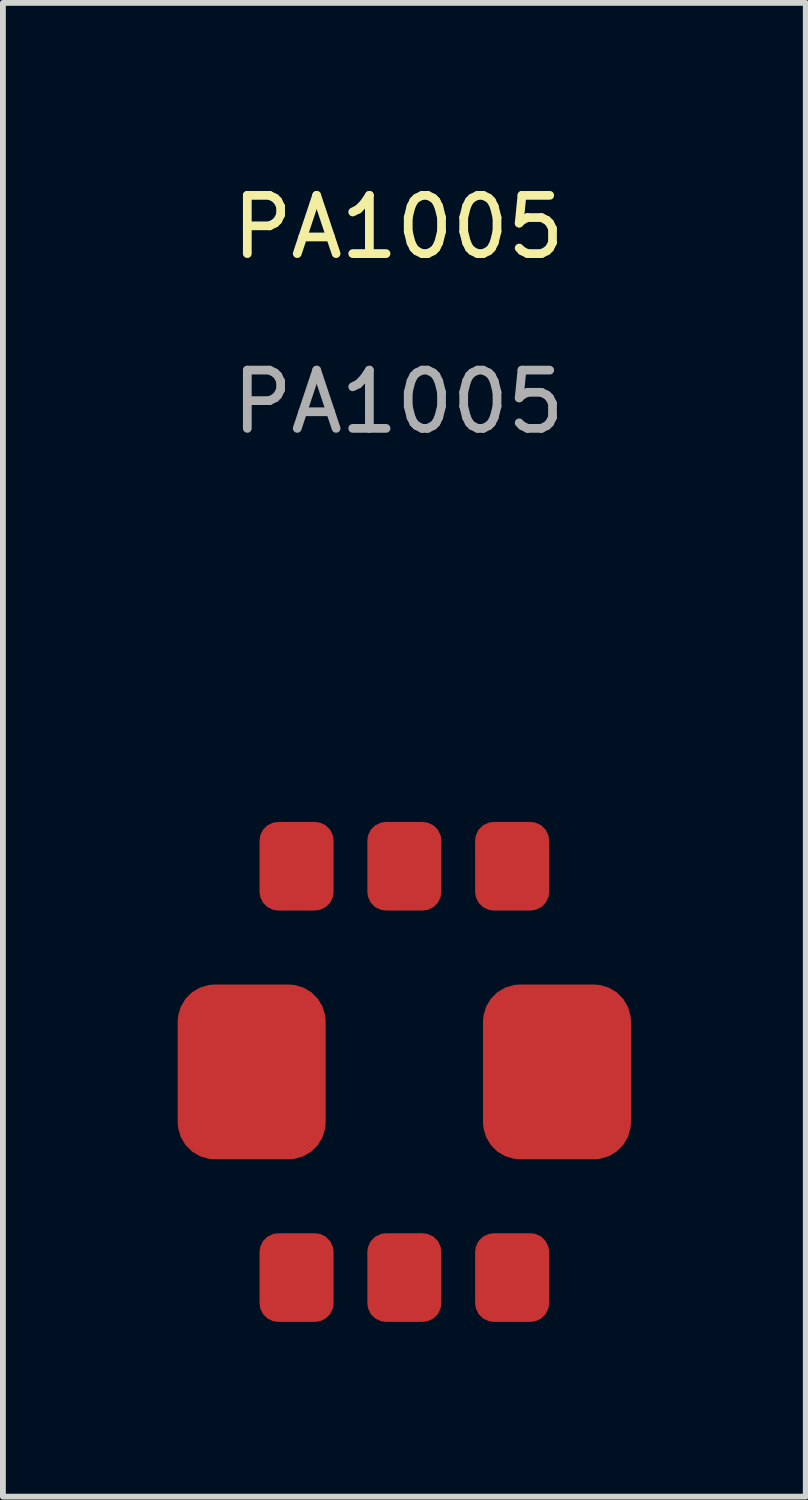
<source format=kicad_pcb>
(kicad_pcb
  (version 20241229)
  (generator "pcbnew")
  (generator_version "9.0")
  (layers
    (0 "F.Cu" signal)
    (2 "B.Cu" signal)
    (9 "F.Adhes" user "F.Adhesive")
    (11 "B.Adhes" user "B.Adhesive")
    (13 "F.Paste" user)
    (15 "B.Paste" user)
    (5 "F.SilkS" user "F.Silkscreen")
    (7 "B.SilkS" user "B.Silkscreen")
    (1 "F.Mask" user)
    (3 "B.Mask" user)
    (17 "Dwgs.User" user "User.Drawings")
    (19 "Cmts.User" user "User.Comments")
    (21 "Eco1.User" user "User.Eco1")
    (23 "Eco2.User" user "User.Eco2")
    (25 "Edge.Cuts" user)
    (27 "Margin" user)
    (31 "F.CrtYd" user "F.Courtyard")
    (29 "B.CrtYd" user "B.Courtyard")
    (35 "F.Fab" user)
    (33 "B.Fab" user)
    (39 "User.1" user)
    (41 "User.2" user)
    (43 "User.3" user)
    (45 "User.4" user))
  (footprint "PA1005"
    (layer "F.Cu")
    (at 3.89 15.348)
    (property "Reference" "PA1005" (at -0.1 -14.5 0) (unlocked yes) (layer "F.SilkS") (effects (font (size 1 1) (thickness 0.15))))
    (attr smd)
    (fp_text user "${REFERENCE}" (at -0.1 -11.5 0) (unlocked yes) (layer "F.Fab") (effects (font (size 1 1) (thickness 0.15))))
    (pad "1" smd roundrect (at -1.85 3.53) (size 1.27 1.52) (layers "F.Cu" "F.Mask" "F.Paste") (roundrect_rratio 0.25))
    (pad "2" smd roundrect (at 0 3.53) (size 1.27 1.52) (layers "F.Cu" "F.Mask" "F.Paste") (roundrect_rratio 0.25))
    (pad "3" smd roundrect (at 1.85 3.53) (size 1.27 1.52) (layers "F.Cu" "F.Mask" "F.Paste") (roundrect_rratio 0.25))
    (pad "4" smd roundrect (at 1.85 -3.53) (size 1.27 1.52) (layers "F.Cu" "F.Mask" "F.Paste") (roundrect_rratio 0.25))
    (pad "5" smd roundrect (at 0 -3.53) (size 1.27 1.52) (layers "F.Cu" "F.Mask" "F.Paste") (roundrect_rratio 0.25))
    (pad "6" smd roundrect (at -1.85 -3.53) (size 1.27 1.52) (layers "F.Cu" "F.Mask" "F.Paste") (roundrect_rratio 0.25))
    (pad "7" smd roundrect (at 2.62 0) (size 2.54 3) (layers "F.Cu" "F.Mask" "F.Paste") (roundrect_rratio 0.25))
    (pad "8" smd roundrect (at -2.62 0) (size 2.54 3) (layers "F.Cu" "F.Mask" "F.Paste") (roundrect_rratio 0.25)))
  (gr_rect
    (start -3 -3)
    (end 10.78 22.638)
    (stroke (width 0.1) (type default))
    (fill no)
    (layer "Edge.Cuts")))
</source>
